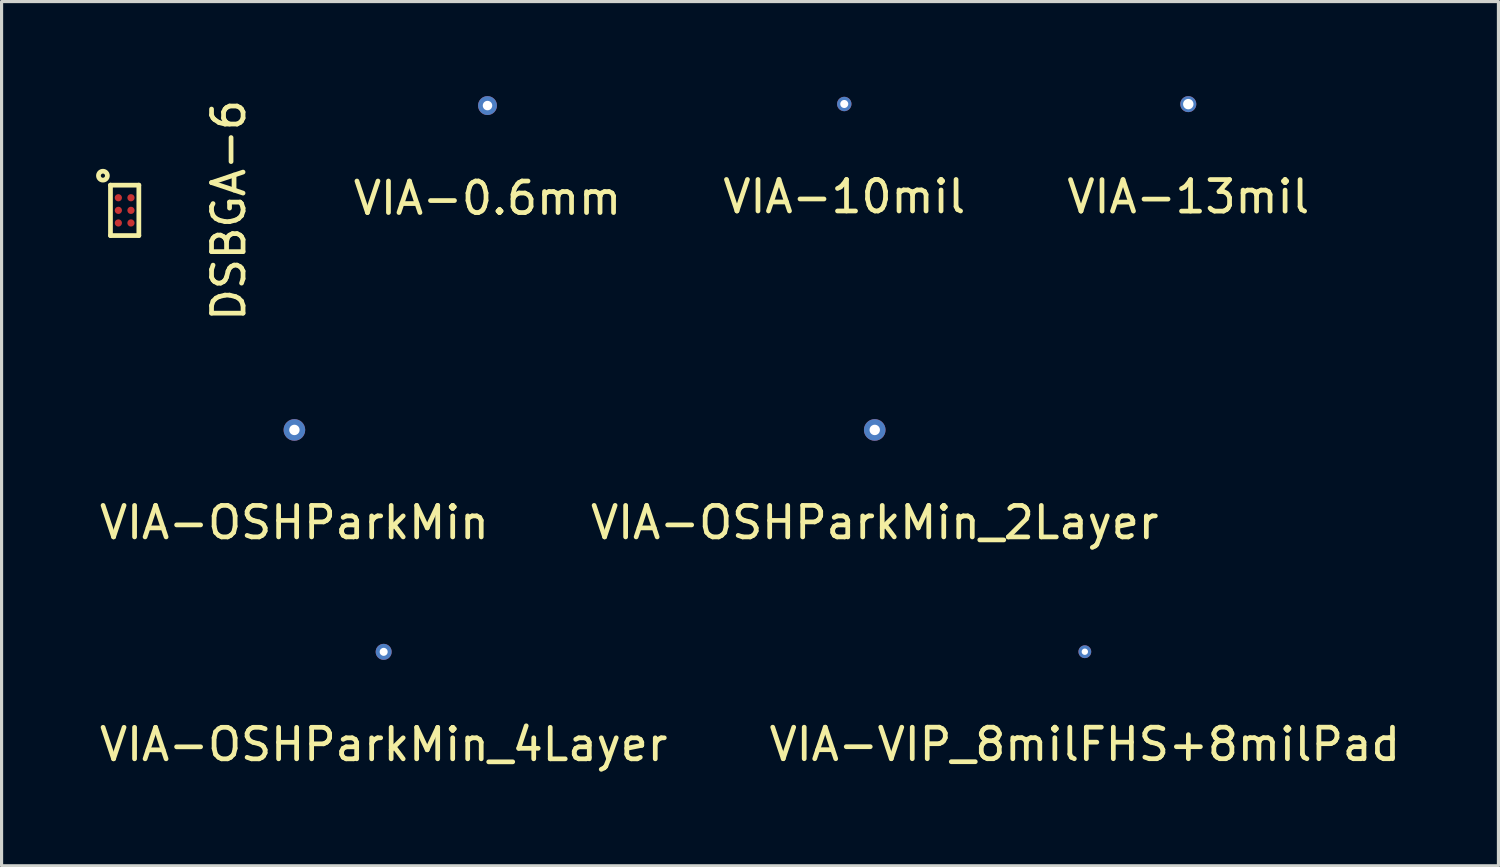
<source format=kicad_pcb>
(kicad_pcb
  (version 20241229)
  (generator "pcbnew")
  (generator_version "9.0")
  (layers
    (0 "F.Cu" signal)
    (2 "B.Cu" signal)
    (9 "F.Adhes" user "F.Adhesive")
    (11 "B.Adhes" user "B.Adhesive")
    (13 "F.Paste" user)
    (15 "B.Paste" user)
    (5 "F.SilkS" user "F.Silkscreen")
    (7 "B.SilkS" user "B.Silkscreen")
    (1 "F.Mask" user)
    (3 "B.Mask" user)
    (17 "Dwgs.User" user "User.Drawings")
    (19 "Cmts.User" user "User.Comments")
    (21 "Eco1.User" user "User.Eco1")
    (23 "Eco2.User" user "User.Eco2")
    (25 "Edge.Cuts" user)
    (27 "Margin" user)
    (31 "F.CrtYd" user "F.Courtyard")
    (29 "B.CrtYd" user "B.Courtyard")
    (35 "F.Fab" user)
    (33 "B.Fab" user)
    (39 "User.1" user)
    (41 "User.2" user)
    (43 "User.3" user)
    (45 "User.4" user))
  (footprint "VIA-VIP_8milFHS+8milPad"
    (layer "F.Cu")
    (at 31.375 17.631)
    (property "Reference" "VIA-VIP_8milFHS+8milPad" (at 0 2.94 0) (layer "F.SilkS") (effects (font (size 1 1) (thickness 0.15))))
    (attr through_hole)
    (pad "1" thru_hole circle (at 0 0) (size 0.406 0.406) (drill 0.203) (layers "*.Cu")))
  (footprint "VIA-10mil"
    (layer "F.Cu")
    (at 23.741 0.25)
    (property "Reference" "VIA-10mil" (at 0 2.94 0) (layer "F.SilkS") (effects (font (size 1 1) (thickness 0.15))))
    (attr through_hole)
    (pad "1" thru_hole circle (at 0 0) (size 0.457 0.457) (drill 0.254) (layers "*.Cu")))
  (footprint "VIA-0.6mm"
    (layer "F.Cu")
    (at 12.42 0.3)
    (property "Reference" "VIA-0.6mm" (at 0 2.94 0) (layer "F.SilkS") (effects (font (size 1 1) (thickness 0.15))))
    (attr through_hole)
    (pad "1" thru_hole circle (at 0 0) (size 0.6 0.6) (drill 0.3) (layers "*.Cu")))
  (footprint "DSBGA-6"
    (layer "F.Cu")
    (at 0.906 3.625)
    (property "Reference" "DSBGA-6" (at 3.302 0 90) (layer "F.SilkS") (effects (font (size 1 1) (thickness 0.15))))
    (attr smd)
    (fp_line (start -0.45 -0.8) (end 0.45 -0.8) (stroke (width 0.15) (type solid)) (layer "F.SilkS"))
    (fp_line (start -0.45 0.8) (end -0.45 -0.8) (stroke (width 0.15) (type solid)) (layer "F.SilkS"))
    (fp_line (start 0.45 -0.8) (end 0.45 0.8) (stroke (width 0.15) (type solid)) (layer "F.SilkS"))
    (fp_line (start 0.45 0.8) (end -0.45 0.8) (stroke (width 0.15) (type solid)) (layer "F.SilkS"))
    (fp_circle (center -0.69 -1.1) (end -0.79 -1.2) (stroke (width 0.15) (type solid)) (fill no) (layer "F.SilkS"))
    (pad "A1" smd circle (at -0.2 -0.4) (size 0.23 0.23) (layers "F.Cu" "F.Mask" "F.Paste"))
    (pad "A2" smd circle (at 0.2 -0.4) (size 0.23 0.23) (layers "F.Cu" "F.Mask" "F.Paste"))
    (pad "B1" smd circle (at -0.2 0) (size 0.23 0.23) (layers "F.Cu" "F.Mask" "F.Paste"))
    (pad "B2" smd circle (at 0.2 0) (size 0.23 0.23) (layers "F.Cu" "F.Mask" "F.Paste"))
    (pad "C1" smd circle (at -0.2 0.4) (size 0.23 0.23) (layers "F.Cu" "F.Mask" "F.Paste"))
    (pad "C2" smd circle (at 0.2 0.4) (size 0.23 0.23) (layers "F.Cu" "F.Mask" "F.Paste")))
  (footprint "VIA-OSHParkMin_4Layer"
    (layer "F.Cu")
    (at 9.125 17.635)
    (property "Reference" "VIA-OSHParkMin_4Layer" (at 0 2.94 0) (layer "F.SilkS") (effects (font (size 1 1) (thickness 0.15))))
    (attr through_hole)
    (pad "1" thru_hole circle (at 0 0) (size 0.508 0.508) (drill 0.254) (layers "*.Cu")))
  (footprint "VIA-OSHParkMin"
    (layer "F.Cu")
    (at 6.292 10.593)
    (property "Reference" "VIA-OSHParkMin" (at 0 2.94 0) (layer "F.SilkS") (effects (font (size 1 1) (thickness 0.15))))
    (attr through_hole)
    (pad "1" thru_hole circle (at 0 0) (size 0.686 0.686) (drill 0.33) (layers "*.Cu")))
  (footprint "VIA-13mil"
    (layer "F.Cu")
    (at 34.658 0.254)
    (property "Reference" "VIA-13mil" (at 0 2.94 0) (layer "F.SilkS") (effects (font (size 1 1) (thickness 0.15))))
    (attr through_hole)
    (pad "1" thru_hole circle (at 0 0) (size 0.508 0.508) (drill 0.33) (layers "*.Cu")))
  (footprint "VIA-OSHParkMin_2Layer"
    (layer "F.Cu")
    (at 24.708 10.593)
    (property "Reference" "VIA-OSHParkMin_2Layer" (at 0 2.94 0) (layer "F.SilkS") (effects (font (size 1 1) (thickness 0.15))))
    (attr through_hole)
    (pad "1" thru_hole circle (at 0 0) (size 0.686 0.686) (drill 0.33) (layers "*.Cu")))
  (gr_rect
    (start -3 -3)
    (end 44.5 24.423)
    (stroke (width 0.1) (type default))
    (fill no)
    (layer "Edge.Cuts")))
</source>
